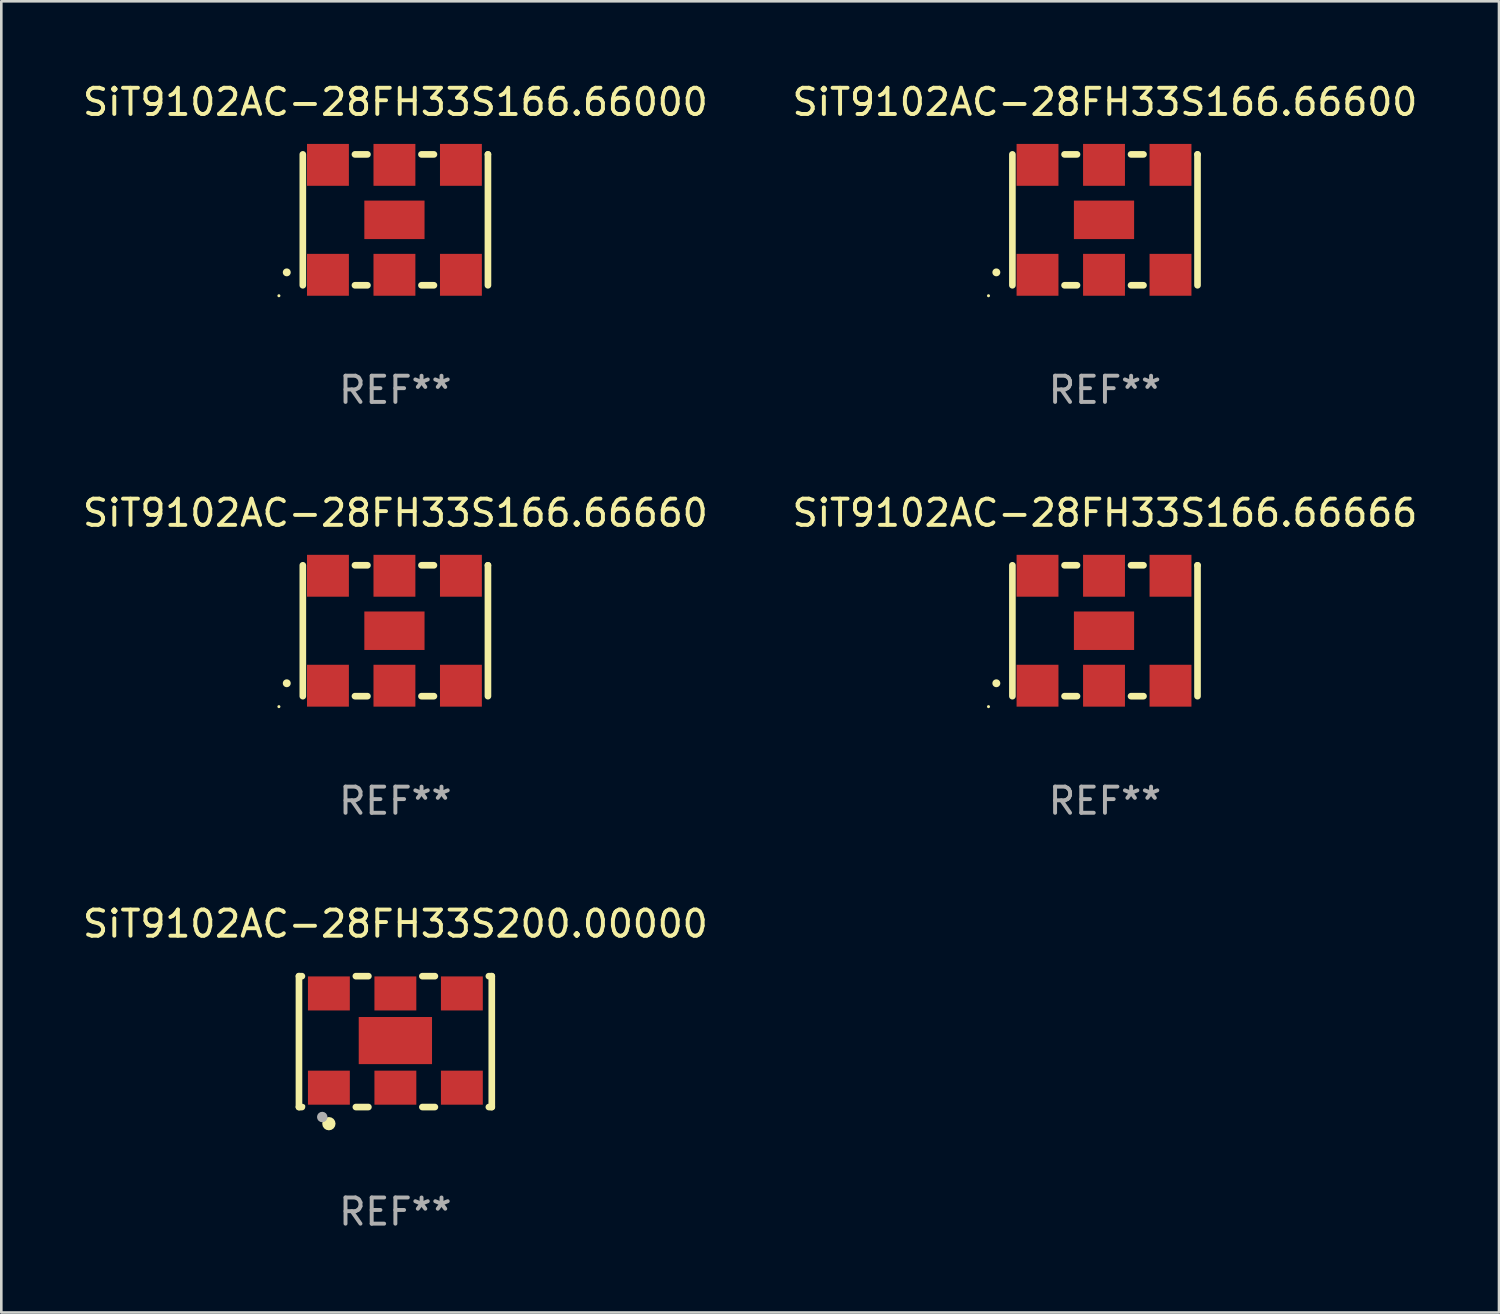
<source format=kicad_pcb>
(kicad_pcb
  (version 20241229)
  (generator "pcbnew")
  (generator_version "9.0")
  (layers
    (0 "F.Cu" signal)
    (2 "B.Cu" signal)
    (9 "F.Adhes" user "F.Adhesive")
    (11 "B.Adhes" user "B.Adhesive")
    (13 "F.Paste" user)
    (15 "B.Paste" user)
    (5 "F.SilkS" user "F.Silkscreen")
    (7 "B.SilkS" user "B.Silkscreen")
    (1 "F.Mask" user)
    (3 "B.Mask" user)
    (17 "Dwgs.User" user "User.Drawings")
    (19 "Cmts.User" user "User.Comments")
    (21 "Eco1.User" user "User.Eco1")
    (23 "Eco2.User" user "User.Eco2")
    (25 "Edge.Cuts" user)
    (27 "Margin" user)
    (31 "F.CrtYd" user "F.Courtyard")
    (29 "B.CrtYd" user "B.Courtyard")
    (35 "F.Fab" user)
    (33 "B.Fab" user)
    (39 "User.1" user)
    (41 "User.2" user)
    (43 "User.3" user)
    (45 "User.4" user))
  (footprint "SiT9102AC-28FH33S166.66666"
    (layer "F.Cu")
    (at 39.161 21.045)
    (property "Reference" "SiT9102AC-28FH33S166.66666" (at 0 -4.5 0) (layer "F.SilkS") (effects (font (size 1 1) (thickness 0.15))))
    (attr through_hole)
    (fp_line (start -3.536 -2.5) (end -3.536 2.5) (stroke (width 0.254) (type solid)) (layer "F.SilkS"))
    (fp_line (start -1.544 2.5) (end -1.067 2.5) (stroke (width 0.254) (type solid)) (layer "F.SilkS"))
    (fp_line (start -1.067 -2.5) (end -1.544 -2.5) (stroke (width 0.254) (type solid)) (layer "F.SilkS"))
    (fp_line (start 0.996 2.5) (end 1.473 2.5) (stroke (width 0.254) (type solid)) (layer "F.SilkS"))
    (fp_line (start 1.473 -2.5) (end 0.996 -2.5) (stroke (width 0.254) (type solid)) (layer "F.SilkS"))
    (fp_line (start 3.536 -2.5) (end 3.536 -2.5) (stroke (width 0.254) (type solid)) (layer "F.SilkS"))
    (fp_line (start 3.536 2.5) (end 3.536 -2.5) (stroke (width 0.254) (type solid)) (layer "F.SilkS"))
    (fp_arc (start -4.150432 2.006604) (mid -4.149162 2.006599) (end -4.147892 2.006604) (stroke (width 0.3) (type solid)) (layer "F.SilkS"))
    (fp_circle (center -4.449 2.9) (end -4.419 2.9) (stroke (width 0.06) (type solid)) (fill no) (layer "F.SilkS"))
    (fp_text user "REF**" (at 0 6.5 0) (layer "F.Fab") (effects (font (size 1 1) (thickness 0.15))))
    (pad "1" smd rect (at -2.576 2.1) (size 1.6 1.6) (layers "F.Cu" "F.Mask" "F.Paste"))
    (pad "2" smd rect (at -0.036 2.1) (size 1.6 1.6) (layers "F.Cu" "F.Mask" "F.Paste"))
    (pad "3" smd rect (at 2.504 2.1) (size 1.6 1.6) (layers "F.Cu" "F.Mask" "F.Paste"))
    (pad "4" smd rect (at 2.504 -2.1) (size 1.6 1.6) (layers "F.Cu" "F.Mask" "F.Paste"))
    (pad "5" smd rect (at -0.036 -2.1) (size 1.6 1.6) (layers "F.Cu" "F.Mask" "F.Paste"))
    (pad "6" smd rect (at -2.576 -2.1) (size 1.6 1.6) (layers "F.Cu" "F.Mask" "F.Paste"))
    (pad "7" smd rect (at -0.036 0) (size 2.3 1.47) (layers "F.Cu" "F.Mask" "F.Paste")))
  (footprint "SiT9102AC-28FH33S200.00000"
    (layer "F.Cu")
    (at 12.054 36.741)
    (property "Reference" "SiT9102AC-28FH33S200.00000" (at 0 -4.5 0) (layer "F.SilkS") (effects (font (size 1 1) (thickness 0.15))))
    (attr through_hole)
    (fp_line (start -3.683 -2.5) (end -3.571 -2.5) (stroke (width 0.254) (type solid)) (layer "F.SilkS"))
    (fp_line (start -3.683 2.5) (end -3.683 -2.5) (stroke (width 0.254) (type solid)) (layer "F.SilkS"))
    (fp_line (start -3.683 2.5) (end -3.571 2.5) (stroke (width 0.254) (type solid)) (layer "F.SilkS"))
    (fp_line (start -1.509 -2.5) (end -1.031 -2.5) (stroke (width 0.254) (type solid)) (layer "F.SilkS"))
    (fp_line (start -1.509 2.5) (end -1.031 2.5) (stroke (width 0.254) (type solid)) (layer "F.SilkS"))
    (fp_line (start 1.031 -2.5) (end 1.509 -2.5) (stroke (width 0.254) (type solid)) (layer "F.SilkS"))
    (fp_line (start 1.031 2.5) (end 1.509 2.5) (stroke (width 0.254) (type solid)) (layer "F.SilkS"))
    (fp_line (start 3.571 -2.5) (end 3.683 -2.5) (stroke (width 0.254) (type solid)) (layer "F.SilkS"))
    (fp_line (start 3.571 2.5) (end 3.683 2.5) (stroke (width 0.254) (type solid)) (layer "F.SilkS"))
    (fp_line (start 3.683 2.5) (end 3.683 -2.5) (stroke (width 0.254) (type solid)) (layer "F.SilkS"))
    (fp_circle (center -3.5 2.46) (end -3.47 2.46) (stroke (width 0.06) (type solid)) (fill no) (layer "F.SilkS"))
    (fp_circle (center -2.54 3.135) (end -2.413 3.135) (stroke (width 0.254) (type solid)) (fill no) (layer "F.SilkS"))
    (fp_circle (center -2.794 2.881) (end -2.694 2.881) (stroke (width 0.2) (type solid)) (fill no) (layer "F.Fab"))
    (fp_text user "REF**" (at 0 6.5 0) (layer "F.Fab") (effects (font (size 1 1) (thickness 0.15))))
    (pad "1" smd rect (at -2.54 1.76) (size 1.6 1.3) (layers "F.Cu" "F.Mask" "F.Paste"))
    (pad "2" smd rect (at 0 1.76) (size 1.6 1.3) (layers "F.Cu" "F.Mask" "F.Paste"))
    (pad "3" smd rect (at 2.54 1.76) (size 1.6 1.3) (layers "F.Cu" "F.Mask" "F.Paste"))
    (pad "4" smd rect (at 2.54 -1.84) (size 1.6 1.3) (layers "F.Cu" "F.Mask" "F.Paste"))
    (pad "5" smd rect (at 0 -1.84) (size 1.6 1.3) (layers "F.Cu" "F.Mask" "F.Paste"))
    (pad "6" smd rect (at -2.54 -1.84) (size 1.6 1.3) (layers "F.Cu" "F.Mask" "F.Paste"))
    (pad "7" smd rect (at 0 -0.04) (size 2.8 1.8) (layers "F.Cu" "F.Mask" "F.Paste")))
  (footprint "SiT9102AC-28FH33S166.66600"
    (layer "F.Cu")
    (at 39.161 5.348)
    (property "Reference" "SiT9102AC-28FH33S166.66600" (at 0 -4.5 0) (layer "F.SilkS") (effects (font (size 1 1) (thickness 0.15))))
    (attr through_hole)
    (fp_line (start -3.536 -2.5) (end -3.536 2.5) (stroke (width 0.254) (type solid)) (layer "F.SilkS"))
    (fp_line (start -1.544 2.5) (end -1.067 2.5) (stroke (width 0.254) (type solid)) (layer "F.SilkS"))
    (fp_line (start -1.067 -2.5) (end -1.544 -2.5) (stroke (width 0.254) (type solid)) (layer "F.SilkS"))
    (fp_line (start 0.996 2.5) (end 1.473 2.5) (stroke (width 0.254) (type solid)) (layer "F.SilkS"))
    (fp_line (start 1.473 -2.5) (end 0.996 -2.5) (stroke (width 0.254) (type solid)) (layer "F.SilkS"))
    (fp_line (start 3.536 -2.5) (end 3.536 -2.5) (stroke (width 0.254) (type solid)) (layer "F.SilkS"))
    (fp_line (start 3.536 2.5) (end 3.536 -2.5) (stroke (width 0.254) (type solid)) (layer "F.SilkS"))
    (fp_arc (start -4.150432 2.006604) (mid -4.149162 2.006599) (end -4.147892 2.006604) (stroke (width 0.3) (type solid)) (layer "F.SilkS"))
    (fp_circle (center -4.449 2.9) (end -4.419 2.9) (stroke (width 0.06) (type solid)) (fill no) (layer "F.SilkS"))
    (fp_text user "REF**" (at 0 6.5 0) (layer "F.Fab") (effects (font (size 1 1) (thickness 0.15))))
    (pad "1" smd rect (at -2.576 2.1) (size 1.6 1.6) (layers "F.Cu" "F.Mask" "F.Paste"))
    (pad "2" smd rect (at -0.036 2.1) (size 1.6 1.6) (layers "F.Cu" "F.Mask" "F.Paste"))
    (pad "3" smd rect (at 2.504 2.1) (size 1.6 1.6) (layers "F.Cu" "F.Mask" "F.Paste"))
    (pad "4" smd rect (at 2.504 -2.1) (size 1.6 1.6) (layers "F.Cu" "F.Mask" "F.Paste"))
    (pad "5" smd rect (at -0.036 -2.1) (size 1.6 1.6) (layers "F.Cu" "F.Mask" "F.Paste"))
    (pad "6" smd rect (at -2.576 -2.1) (size 1.6 1.6) (layers "F.Cu" "F.Mask" "F.Paste"))
    (pad "7" smd rect (at -0.036 0) (size 2.3 1.47) (layers "F.Cu" "F.Mask" "F.Paste")))
  (footprint "SiT9102AC-28FH33S166.66660"
    (layer "F.Cu")
    (at 12.054 21.045)
    (property "Reference" "SiT9102AC-28FH33S166.66660" (at 0 -4.5 0) (layer "F.SilkS") (effects (font (size 1 1) (thickness 0.15))))
    (attr through_hole)
    (fp_line (start -3.536 -2.5) (end -3.536 2.5) (stroke (width 0.254) (type solid)) (layer "F.SilkS"))
    (fp_line (start -1.544 2.5) (end -1.067 2.5) (stroke (width 0.254) (type solid)) (layer "F.SilkS"))
    (fp_line (start -1.067 -2.5) (end -1.544 -2.5) (stroke (width 0.254) (type solid)) (layer "F.SilkS"))
    (fp_line (start 0.996 2.5) (end 1.473 2.5) (stroke (width 0.254) (type solid)) (layer "F.SilkS"))
    (fp_line (start 1.473 -2.5) (end 0.996 -2.5) (stroke (width 0.254) (type solid)) (layer "F.SilkS"))
    (fp_line (start 3.536 -2.5) (end 3.536 -2.5) (stroke (width 0.254) (type solid)) (layer "F.SilkS"))
    (fp_line (start 3.536 2.5) (end 3.536 -2.5) (stroke (width 0.254) (type solid)) (layer "F.SilkS"))
    (fp_arc (start -4.150432 2.006604) (mid -4.149162 2.006599) (end -4.147892 2.006604) (stroke (width 0.3) (type solid)) (layer "F.SilkS"))
    (fp_circle (center -4.449 2.9) (end -4.419 2.9) (stroke (width 0.06) (type solid)) (fill no) (layer "F.SilkS"))
    (fp_text user "REF**" (at 0 6.5 0) (layer "F.Fab") (effects (font (size 1 1) (thickness 0.15))))
    (pad "1" smd rect (at -2.576 2.1) (size 1.6 1.6) (layers "F.Cu" "F.Mask" "F.Paste"))
    (pad "2" smd rect (at -0.036 2.1) (size 1.6 1.6) (layers "F.Cu" "F.Mask" "F.Paste"))
    (pad "3" smd rect (at 2.504 2.1) (size 1.6 1.6) (layers "F.Cu" "F.Mask" "F.Paste"))
    (pad "4" smd rect (at 2.504 -2.1) (size 1.6 1.6) (layers "F.Cu" "F.Mask" "F.Paste"))
    (pad "5" smd rect (at -0.036 -2.1) (size 1.6 1.6) (layers "F.Cu" "F.Mask" "F.Paste"))
    (pad "6" smd rect (at -2.576 -2.1) (size 1.6 1.6) (layers "F.Cu" "F.Mask" "F.Paste"))
    (pad "7" smd rect (at -0.036 0) (size 2.3 1.47) (layers "F.Cu" "F.Mask" "F.Paste")))
  (footprint "SiT9102AC-28FH33S166.66000"
    (layer "F.Cu")
    (at 12.054 5.348)
    (property "Reference" "SiT9102AC-28FH33S166.66000" (at 0 -4.5 0) (layer "F.SilkS") (effects (font (size 1 1) (thickness 0.15))))
    (attr through_hole)
    (fp_line (start -3.536 -2.5) (end -3.536 2.5) (stroke (width 0.254) (type solid)) (layer "F.SilkS"))
    (fp_line (start -1.544 2.5) (end -1.067 2.5) (stroke (width 0.254) (type solid)) (layer "F.SilkS"))
    (fp_line (start -1.067 -2.5) (end -1.544 -2.5) (stroke (width 0.254) (type solid)) (layer "F.SilkS"))
    (fp_line (start 0.996 2.5) (end 1.473 2.5) (stroke (width 0.254) (type solid)) (layer "F.SilkS"))
    (fp_line (start 1.473 -2.5) (end 0.996 -2.5) (stroke (width 0.254) (type solid)) (layer "F.SilkS"))
    (fp_line (start 3.536 -2.5) (end 3.536 -2.5) (stroke (width 0.254) (type solid)) (layer "F.SilkS"))
    (fp_line (start 3.536 2.5) (end 3.536 -2.5) (stroke (width 0.254) (type solid)) (layer "F.SilkS"))
    (fp_arc (start -4.150432 2.006604) (mid -4.149162 2.006599) (end -4.147892 2.006604) (stroke (width 0.3) (type solid)) (layer "F.SilkS"))
    (fp_circle (center -4.449 2.9) (end -4.419 2.9) (stroke (width 0.06) (type solid)) (fill no) (layer "F.SilkS"))
    (fp_text user "REF**" (at 0 6.5 0) (layer "F.Fab") (effects (font (size 1 1) (thickness 0.15))))
    (pad "1" smd rect (at -2.576 2.1) (size 1.6 1.6) (layers "F.Cu" "F.Mask" "F.Paste"))
    (pad "2" smd rect (at -0.036 2.1) (size 1.6 1.6) (layers "F.Cu" "F.Mask" "F.Paste"))
    (pad "3" smd rect (at 2.504 2.1) (size 1.6 1.6) (layers "F.Cu" "F.Mask" "F.Paste"))
    (pad "4" smd rect (at 2.504 -2.1) (size 1.6 1.6) (layers "F.Cu" "F.Mask" "F.Paste"))
    (pad "5" smd rect (at -0.036 -2.1) (size 1.6 1.6) (layers "F.Cu" "F.Mask" "F.Paste"))
    (pad "6" smd rect (at -2.576 -2.1) (size 1.6 1.6) (layers "F.Cu" "F.Mask" "F.Paste"))
    (pad "7" smd rect (at -0.036 0) (size 2.3 1.47) (layers "F.Cu" "F.Mask" "F.Paste")))
  (gr_rect
    (start -3 -3)
    (end 54.214 47.09)
    (stroke (width 0.1) (type default))
    (fill no)
    (layer "Edge.Cuts")))
</source>
